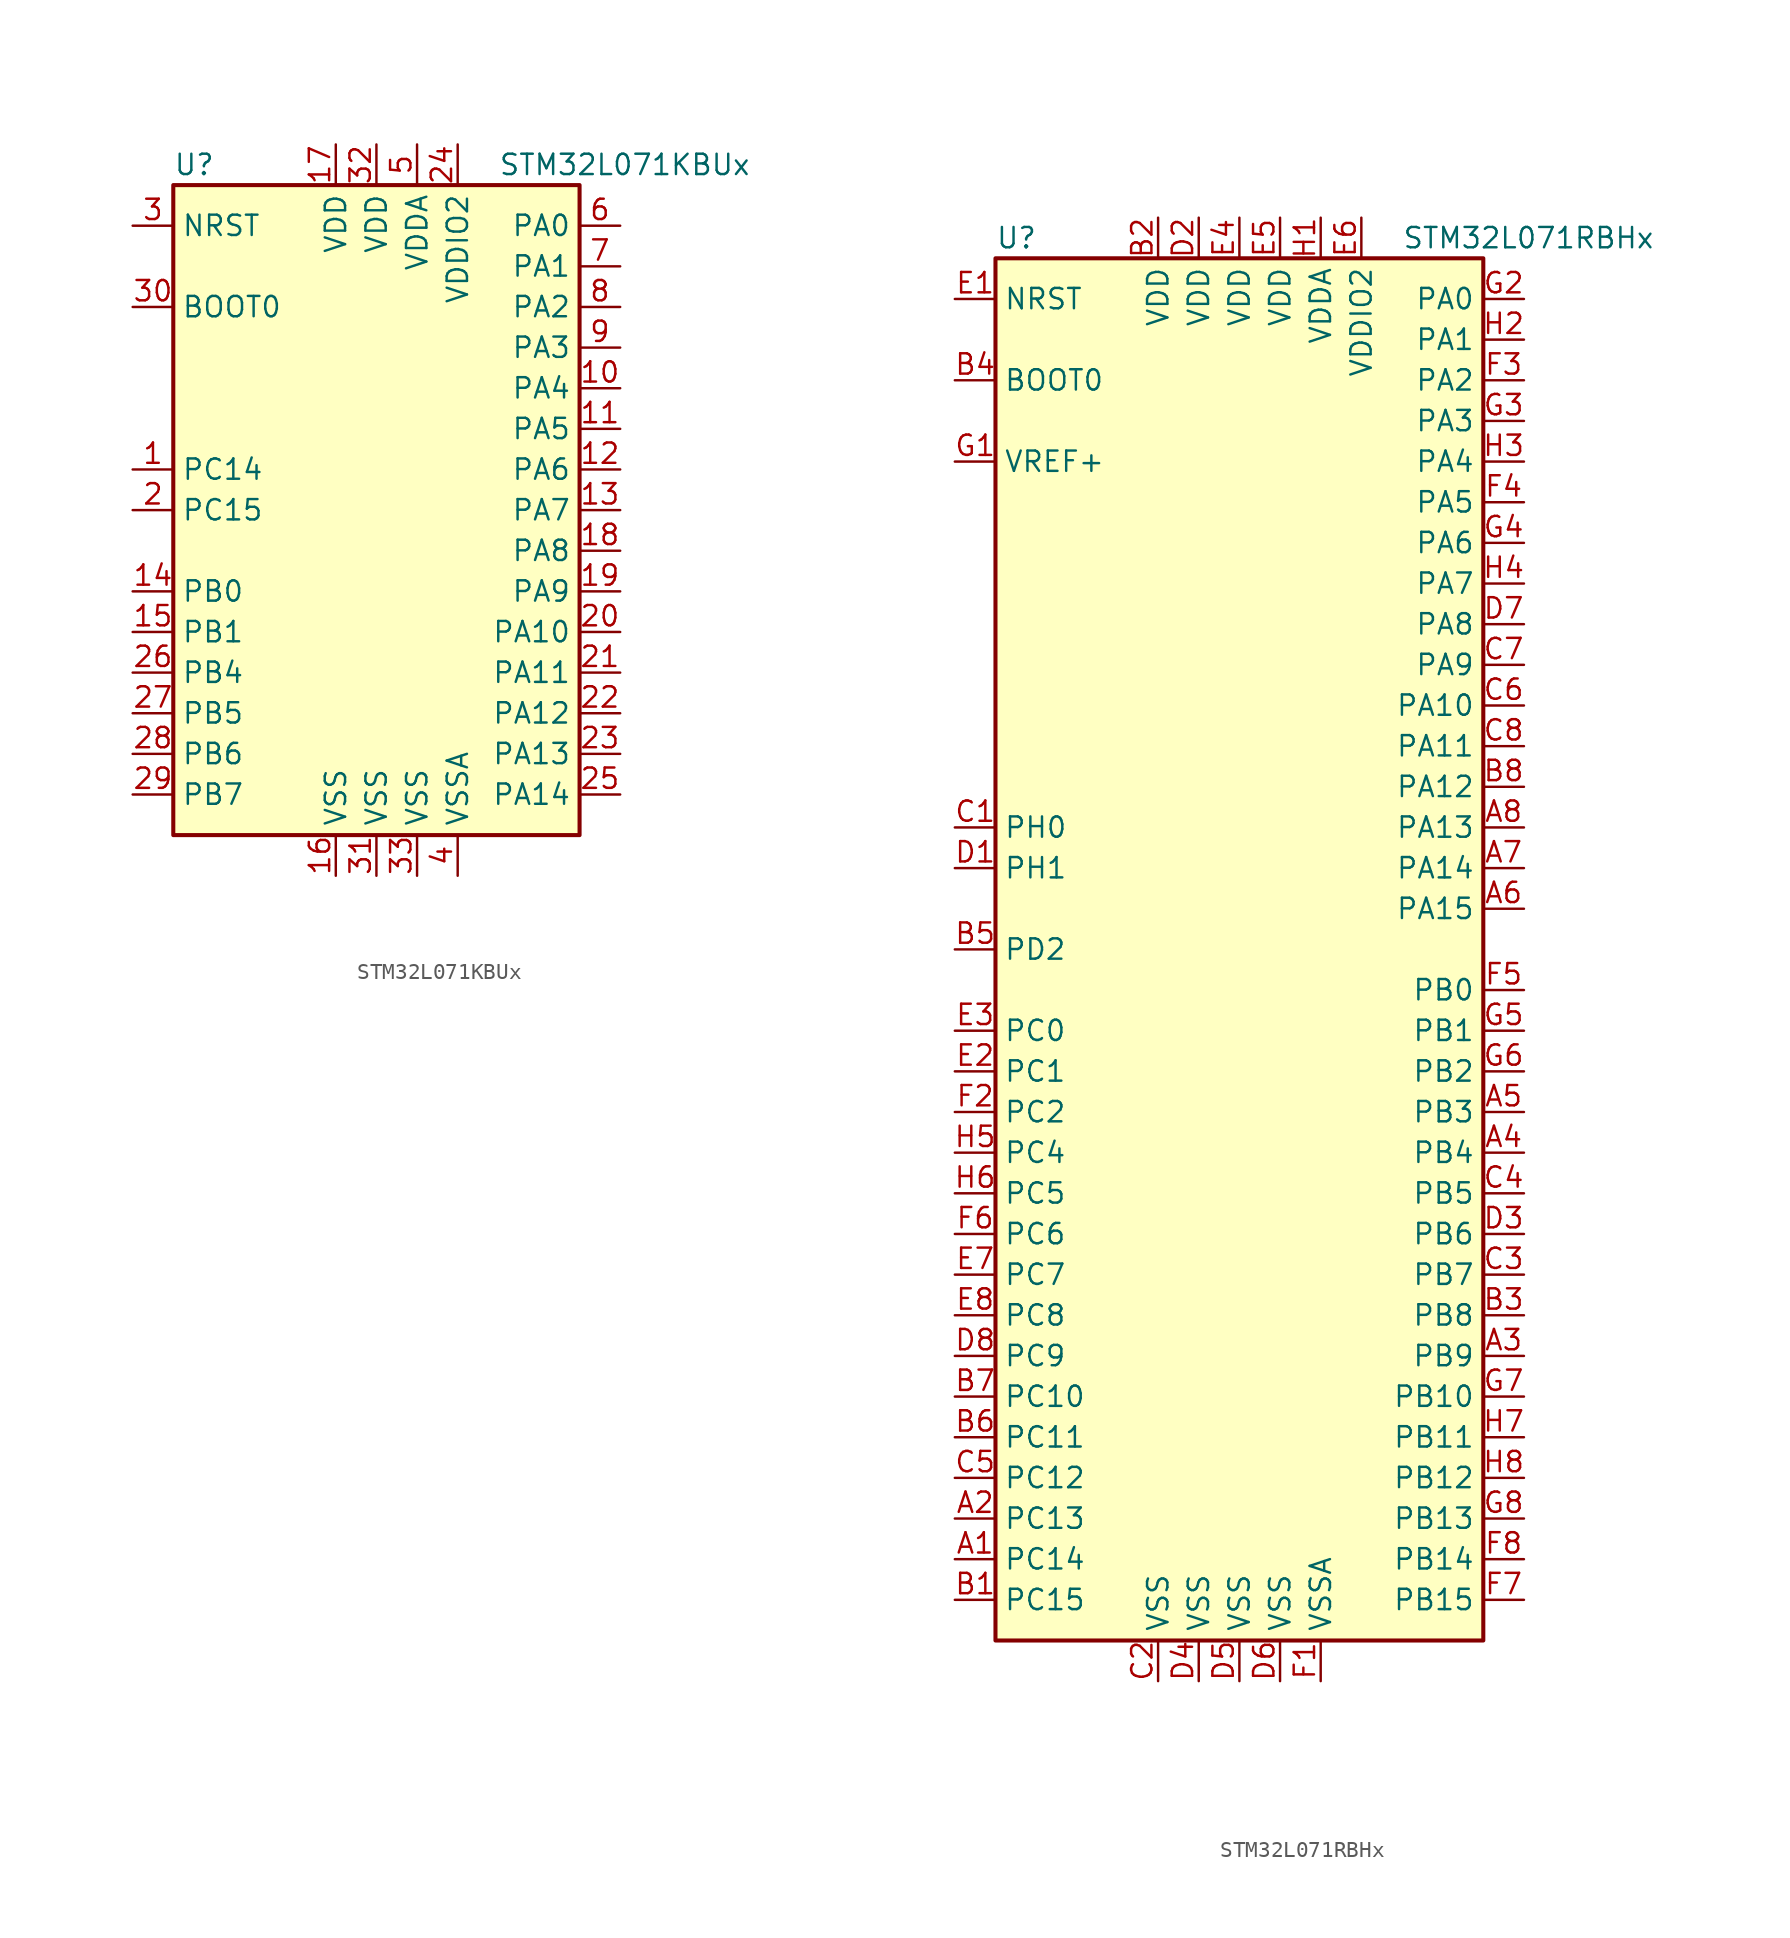
<source format=kicad_sym>
(kicad_symbol_lib
  (version 20201005)
  (generator kicad_symbol_editor)
  (symbol "STM32L071KBUx"
    (property "Reference" "U"
      (at -12.7 21.59 0)
      (effects (font (size 1.27 1.27)) (justify left)))
    (property "Value" "STM32L071KBUx"
      (at 7.62 21.59 0)
      (effects (font (size 1.27 1.27)) (justify left)))
    (symbol "STM32L071KBUx_0_1"
      (rectangle (start -12.7 -20.32) (end 12.7 20.32) (stroke (width 0.254)) (fill (type background))))
    (symbol "STM32L071KBUx_1_1"
      (pin input line (at -15.24 12.7 0) (length 2.54) (name "BOOT0" (effects (font (size 1.27 1.27)))) (number "30" (effects (font (size 1.27 1.27)))))
      (pin input line (at -15.24 17.78 0) (length 2.54) (name "NRST" (effects (font (size 1.27 1.27)))) (number "3" (effects (font (size 1.27 1.27)))))
      (pin bidirectional line (at 15.24 17.78 180) (length 2.54) (name "PA0" (effects (font (size 1.27 1.27)))) (number "6" (effects (font (size 1.27 1.27)))))
      (pin bidirectional line (at 15.24 15.24 180) (length 2.54) (name "PA1" (effects (font (size 1.27 1.27)))) (number "7" (effects (font (size 1.27 1.27)))))
      (pin bidirectional line (at 15.24 -7.62 180) (length 2.54) (name "PA10" (effects (font (size 1.27 1.27)))) (number "20" (effects (font (size 1.27 1.27)))))
      (pin bidirectional line (at 15.24 -10.16 180) (length 2.54) (name "PA11" (effects (font (size 1.27 1.27)))) (number "21" (effects (font (size 1.27 1.27)))))
      (pin bidirectional line (at 15.24 -12.7 180) (length 2.54) (name "PA12" (effects (font (size 1.27 1.27)))) (number "22" (effects (font (size 1.27 1.27)))))
      (pin bidirectional line (at 15.24 -15.24 180) (length 2.54) (name "PA13" (effects (font (size 1.27 1.27)))) (number "23" (effects (font (size 1.27 1.27)))))
      (pin bidirectional line (at 15.24 -17.78 180) (length 2.54) (name "PA14" (effects (font (size 1.27 1.27)))) (number "25" (effects (font (size 1.27 1.27)))))
      (pin bidirectional line (at 15.24 12.7 180) (length 2.54) (name "PA2" (effects (font (size 1.27 1.27)))) (number "8" (effects (font (size 1.27 1.27)))))
      (pin bidirectional line (at 15.24 10.16 180) (length 2.54) (name "PA3" (effects (font (size 1.27 1.27)))) (number "9" (effects (font (size 1.27 1.27)))))
      (pin bidirectional line (at 15.24 7.62 180) (length 2.54) (name "PA4" (effects (font (size 1.27 1.27)))) (number "10" (effects (font (size 1.27 1.27)))))
      (pin bidirectional line (at 15.24 5.08 180) (length 2.54) (name "PA5" (effects (font (size 1.27 1.27)))) (number "11" (effects (font (size 1.27 1.27)))))
      (pin bidirectional line (at 15.24 2.54 180) (length 2.54) (name "PA6" (effects (font (size 1.27 1.27)))) (number "12" (effects (font (size 1.27 1.27)))))
      (pin bidirectional line (at 15.24 0 180) (length 2.54) (name "PA7" (effects (font (size 1.27 1.27)))) (number "13" (effects (font (size 1.27 1.27)))))
      (pin bidirectional line (at 15.24 -2.54 180) (length 2.54) (name "PA8" (effects (font (size 1.27 1.27)))) (number "18" (effects (font (size 1.27 1.27)))))
      (pin bidirectional line (at 15.24 -5.08 180) (length 2.54) (name "PA9" (effects (font (size 1.27 1.27)))) (number "19" (effects (font (size 1.27 1.27)))))
      (pin bidirectional line (at -15.24 -5.08 0) (length 2.54) (name "PB0" (effects (font (size 1.27 1.27)))) (number "14" (effects (font (size 1.27 1.27)))))
      (pin bidirectional line (at -15.24 -7.62 0) (length 2.54) (name "PB1" (effects (font (size 1.27 1.27)))) (number "15" (effects (font (size 1.27 1.27)))))
      (pin bidirectional line (at -15.24 -10.16 0) (length 2.54) (name "PB4" (effects (font (size 1.27 1.27)))) (number "26" (effects (font (size 1.27 1.27)))))
      (pin bidirectional line (at -15.24 -12.7 0) (length 2.54) (name "PB5" (effects (font (size 1.27 1.27)))) (number "27" (effects (font (size 1.27 1.27)))))
      (pin bidirectional line (at -15.24 -15.24 0) (length 2.54) (name "PB6" (effects (font (size 1.27 1.27)))) (number "28" (effects (font (size 1.27 1.27)))))
      (pin bidirectional line (at -15.24 -17.78 0) (length 2.54) (name "PB7" (effects (font (size 1.27 1.27)))) (number "29" (effects (font (size 1.27 1.27)))))
      (pin bidirectional line (at -15.24 2.54 0) (length 2.54) (name "PC14" (effects (font (size 1.27 1.27)))) (number "1" (effects (font (size 1.27 1.27)))))
      (pin bidirectional line (at -15.24 0 0) (length 2.54) (name "PC15" (effects (font (size 1.27 1.27)))) (number "2" (effects (font (size 1.27 1.27)))))
      (pin power_in line (at -2.54 22.86 270) (length 2.54) (name "VDD" (effects (font (size 1.27 1.27)))) (number "17" (effects (font (size 1.27 1.27)))))
      (pin power_in line (at 0 22.86 270) (length 2.54) (name "VDD" (effects (font (size 1.27 1.27)))) (number "32" (effects (font (size 1.27 1.27)))))
      (pin power_in line (at 2.54 22.86 270) (length 2.54) (name "VDDA" (effects (font (size 1.27 1.27)))) (number "5" (effects (font (size 1.27 1.27)))))
      (pin power_in line (at 5.08 22.86 270) (length 2.54) (name "VDDIO2" (effects (font (size 1.27 1.27)))) (number "24" (effects (font (size 1.27 1.27)))))
      (pin power_in line (at -2.54 -22.86 90) (length 2.54) (name "VSS" (effects (font (size 1.27 1.27)))) (number "16" (effects (font (size 1.27 1.27)))))
      (pin power_in line (at 0 -22.86 90) (length 2.54) (name "VSS" (effects (font (size 1.27 1.27)))) (number "31" (effects (font (size 1.27 1.27)))))
      (pin power_in line (at 2.54 -22.86 90) (length 2.54) (name "VSS" (effects (font (size 1.27 1.27)))) (number "33" (effects (font (size 1.27 1.27)))))
      (pin power_in line (at 5.08 -22.86 90) (length 2.54) (name "VSSA" (effects (font (size 1.27 1.27)))) (number "4" (effects (font (size 1.27 1.27)))))))
  (symbol "STM32L071RBHx"
    (property "Reference" "U"
      (at -15.24 44.45 0)
      (effects (font (size 1.27 1.27)) (justify left)))
    (property "Value" "STM32L071RBHx"
      (at 10.16 44.45 0)
      (effects (font (size 1.27 1.27)) (justify left)))
    (symbol "STM32L071RBHx_0_1"
      (rectangle (start -15.24 -43.18) (end 15.24 43.18) (stroke (width 0.254)) (fill (type background))))
    (symbol "STM32L071RBHx_1_1"
      (pin input line (at -17.78 35.56 0) (length 2.54) (name "BOOT0" (effects (font (size 1.27 1.27)))) (number "B4" (effects (font (size 1.27 1.27)))))
      (pin input line (at -17.78 40.64 0) (length 2.54) (name "NRST" (effects (font (size 1.27 1.27)))) (number "E1" (effects (font (size 1.27 1.27)))))
      (pin bidirectional line (at 17.78 40.64 180) (length 2.54) (name "PA0" (effects (font (size 1.27 1.27)))) (number "G2" (effects (font (size 1.27 1.27)))))
      (pin bidirectional line (at 17.78 38.1 180) (length 2.54) (name "PA1" (effects (font (size 1.27 1.27)))) (number "H2" (effects (font (size 1.27 1.27)))))
      (pin bidirectional line (at 17.78 15.24 180) (length 2.54) (name "PA10" (effects (font (size 1.27 1.27)))) (number "C6" (effects (font (size 1.27 1.27)))))
      (pin bidirectional line (at 17.78 12.7 180) (length 2.54) (name "PA11" (effects (font (size 1.27 1.27)))) (number "C8" (effects (font (size 1.27 1.27)))))
      (pin bidirectional line (at 17.78 10.16 180) (length 2.54) (name "PA12" (effects (font (size 1.27 1.27)))) (number "B8" (effects (font (size 1.27 1.27)))))
      (pin bidirectional line (at 17.78 7.62 180) (length 2.54) (name "PA13" (effects (font (size 1.27 1.27)))) (number "A8" (effects (font (size 1.27 1.27)))))
      (pin bidirectional line (at 17.78 5.08 180) (length 2.54) (name "PA14" (effects (font (size 1.27 1.27)))) (number "A7" (effects (font (size 1.27 1.27)))))
      (pin bidirectional line (at 17.78 2.54 180) (length 2.54) (name "PA15" (effects (font (size 1.27 1.27)))) (number "A6" (effects (font (size 1.27 1.27)))))
      (pin bidirectional line (at 17.78 35.56 180) (length 2.54) (name "PA2" (effects (font (size 1.27 1.27)))) (number "F3" (effects (font (size 1.27 1.27)))))
      (pin bidirectional line (at 17.78 33.02 180) (length 2.54) (name "PA3" (effects (font (size 1.27 1.27)))) (number "G3" (effects (font (size 1.27 1.27)))))
      (pin bidirectional line (at 17.78 30.48 180) (length 2.54) (name "PA4" (effects (font (size 1.27 1.27)))) (number "H3" (effects (font (size 1.27 1.27)))))
      (pin bidirectional line (at 17.78 27.94 180) (length 2.54) (name "PA5" (effects (font (size 1.27 1.27)))) (number "F4" (effects (font (size 1.27 1.27)))))
      (pin bidirectional line (at 17.78 25.4 180) (length 2.54) (name "PA6" (effects (font (size 1.27 1.27)))) (number "G4" (effects (font (size 1.27 1.27)))))
      (pin bidirectional line (at 17.78 22.86 180) (length 2.54) (name "PA7" (effects (font (size 1.27 1.27)))) (number "H4" (effects (font (size 1.27 1.27)))))
      (pin bidirectional line (at 17.78 20.32 180) (length 2.54) (name "PA8" (effects (font (size 1.27 1.27)))) (number "D7" (effects (font (size 1.27 1.27)))))
      (pin bidirectional line (at 17.78 17.78 180) (length 2.54) (name "PA9" (effects (font (size 1.27 1.27)))) (number "C7" (effects (font (size 1.27 1.27)))))
      (pin bidirectional line (at 17.78 -2.54 180) (length 2.54) (name "PB0" (effects (font (size 1.27 1.27)))) (number "F5" (effects (font (size 1.27 1.27)))))
      (pin bidirectional line (at 17.78 -5.08 180) (length 2.54) (name "PB1" (effects (font (size 1.27 1.27)))) (number "G5" (effects (font (size 1.27 1.27)))))
      (pin bidirectional line (at 17.78 -27.94 180) (length 2.54) (name "PB10" (effects (font (size 1.27 1.27)))) (number "G7" (effects (font (size 1.27 1.27)))))
      (pin bidirectional line (at 17.78 -30.48 180) (length 2.54) (name "PB11" (effects (font (size 1.27 1.27)))) (number "H7" (effects (font (size 1.27 1.27)))))
      (pin bidirectional line (at 17.78 -33.02 180) (length 2.54) (name "PB12" (effects (font (size 1.27 1.27)))) (number "H8" (effects (font (size 1.27 1.27)))))
      (pin bidirectional line (at 17.78 -35.56 180) (length 2.54) (name "PB13" (effects (font (size 1.27 1.27)))) (number "G8" (effects (font (size 1.27 1.27)))))
      (pin bidirectional line (at 17.78 -38.1 180) (length 2.54) (name "PB14" (effects (font (size 1.27 1.27)))) (number "F8" (effects (font (size 1.27 1.27)))))
      (pin bidirectional line (at 17.78 -40.64 180) (length 2.54) (name "PB15" (effects (font (size 1.27 1.27)))) (number "F7" (effects (font (size 1.27 1.27)))))
      (pin bidirectional line (at 17.78 -7.62 180) (length 2.54) (name "PB2" (effects (font (size 1.27 1.27)))) (number "G6" (effects (font (size 1.27 1.27)))))
      (pin bidirectional line (at 17.78 -10.16 180) (length 2.54) (name "PB3" (effects (font (size 1.27 1.27)))) (number "A5" (effects (font (size 1.27 1.27)))))
      (pin bidirectional line (at 17.78 -12.7 180) (length 2.54) (name "PB4" (effects (font (size 1.27 1.27)))) (number "A4" (effects (font (size 1.27 1.27)))))
      (pin bidirectional line (at 17.78 -15.24 180) (length 2.54) (name "PB5" (effects (font (size 1.27 1.27)))) (number "C4" (effects (font (size 1.27 1.27)))))
      (pin bidirectional line (at 17.78 -17.78 180) (length 2.54) (name "PB6" (effects (font (size 1.27 1.27)))) (number "D3" (effects (font (size 1.27 1.27)))))
      (pin bidirectional line (at 17.78 -20.32 180) (length 2.54) (name "PB7" (effects (font (size 1.27 1.27)))) (number "C3" (effects (font (size 1.27 1.27)))))
      (pin bidirectional line (at 17.78 -22.86 180) (length 2.54) (name "PB8" (effects (font (size 1.27 1.27)))) (number "B3" (effects (font (size 1.27 1.27)))))
      (pin bidirectional line (at 17.78 -25.4 180) (length 2.54) (name "PB9" (effects (font (size 1.27 1.27)))) (number "A3" (effects (font (size 1.27 1.27)))))
      (pin bidirectional line (at -17.78 -5.08 0) (length 2.54) (name "PC0" (effects (font (size 1.27 1.27)))) (number "E3" (effects (font (size 1.27 1.27)))))
      (pin bidirectional line (at -17.78 -7.62 0) (length 2.54) (name "PC1" (effects (font (size 1.27 1.27)))) (number "E2" (effects (font (size 1.27 1.27)))))
      (pin bidirectional line (at -17.78 -27.94 0) (length 2.54) (name "PC10" (effects (font (size 1.27 1.27)))) (number "B7" (effects (font (size 1.27 1.27)))))
      (pin bidirectional line (at -17.78 -30.48 0) (length 2.54) (name "PC11" (effects (font (size 1.27 1.27)))) (number "B6" (effects (font (size 1.27 1.27)))))
      (pin bidirectional line (at -17.78 -33.02 0) (length 2.54) (name "PC12" (effects (font (size 1.27 1.27)))) (number "C5" (effects (font (size 1.27 1.27)))))
      (pin bidirectional line (at -17.78 -35.56 0) (length 2.54) (name "PC13" (effects (font (size 1.27 1.27)))) (number "A2" (effects (font (size 1.27 1.27)))))
      (pin bidirectional line (at -17.78 -38.1 0) (length 2.54) (name "PC14" (effects (font (size 1.27 1.27)))) (number "A1" (effects (font (size 1.27 1.27)))))
      (pin bidirectional line (at -17.78 -40.64 0) (length 2.54) (name "PC15" (effects (font (size 1.27 1.27)))) (number "B1" (effects (font (size 1.27 1.27)))))
      (pin bidirectional line (at -17.78 -10.16 0) (length 2.54) (name "PC2" (effects (font (size 1.27 1.27)))) (number "F2" (effects (font (size 1.27 1.27)))))
      (pin bidirectional line (at -17.78 -12.7 0) (length 2.54) (name "PC4" (effects (font (size 1.27 1.27)))) (number "H5" (effects (font (size 1.27 1.27)))))
      (pin bidirectional line (at -17.78 -15.24 0) (length 2.54) (name "PC5" (effects (font (size 1.27 1.27)))) (number "H6" (effects (font (size 1.27 1.27)))))
      (pin bidirectional line (at -17.78 -17.78 0) (length 2.54) (name "PC6" (effects (font (size 1.27 1.27)))) (number "F6" (effects (font (size 1.27 1.27)))))
      (pin bidirectional line (at -17.78 -20.32 0) (length 2.54) (name "PC7" (effects (font (size 1.27 1.27)))) (number "E7" (effects (font (size 1.27 1.27)))))
      (pin bidirectional line (at -17.78 -22.86 0) (length 2.54) (name "PC8" (effects (font (size 1.27 1.27)))) (number "E8" (effects (font (size 1.27 1.27)))))
      (pin bidirectional line (at -17.78 -25.4 0) (length 2.54) (name "PC9" (effects (font (size 1.27 1.27)))) (number "D8" (effects (font (size 1.27 1.27)))))
      (pin bidirectional line (at -17.78 0 0) (length 2.54) (name "PD2" (effects (font (size 1.27 1.27)))) (number "B5" (effects (font (size 1.27 1.27)))))
      (pin input line (at -17.78 7.62 0) (length 2.54) (name "PH0" (effects (font (size 1.27 1.27)))) (number "C1" (effects (font (size 1.27 1.27)))))
      (pin input line (at -17.78 5.08 0) (length 2.54) (name "PH1" (effects (font (size 1.27 1.27)))) (number "D1" (effects (font (size 1.27 1.27)))))
      (pin power_in line (at -5.08 45.72 270) (length 2.54) (name "VDD" (effects (font (size 1.27 1.27)))) (number "B2" (effects (font (size 1.27 1.27)))))
      (pin power_in line (at -2.54 45.72 270) (length 2.54) (name "VDD" (effects (font (size 1.27 1.27)))) (number "D2" (effects (font (size 1.27 1.27)))))
      (pin power_in line (at 0 45.72 270) (length 2.54) (name "VDD" (effects (font (size 1.27 1.27)))) (number "E4" (effects (font (size 1.27 1.27)))))
      (pin power_in line (at 2.54 45.72 270) (length 2.54) (name "VDD" (effects (font (size 1.27 1.27)))) (number "E5" (effects (font (size 1.27 1.27)))))
      (pin power_in line (at 5.08 45.72 270) (length 2.54) (name "VDDA" (effects (font (size 1.27 1.27)))) (number "H1" (effects (font (size 1.27 1.27)))))
      (pin power_in line (at 7.62 45.72 270) (length 2.54) (name "VDDIO2" (effects (font (size 1.27 1.27)))) (number "E6" (effects (font (size 1.27 1.27)))))
      (pin power_in line (at -17.78 30.48 0) (length 2.54) (name "VREF+" (effects (font (size 1.27 1.27)))) (number "G1" (effects (font (size 1.27 1.27)))))
      (pin power_in line (at -5.08 -45.72 90) (length 2.54) (name "VSS" (effects (font (size 1.27 1.27)))) (number "C2" (effects (font (size 1.27 1.27)))))
      (pin power_in line (at -2.54 -45.72 90) (length 2.54) (name "VSS" (effects (font (size 1.27 1.27)))) (number "D4" (effects (font (size 1.27 1.27)))))
      (pin power_in line (at 0 -45.72 90) (length 2.54) (name "VSS" (effects (font (size 1.27 1.27)))) (number "D5" (effects (font (size 1.27 1.27)))))
      (pin power_in line (at 2.54 -45.72 90) (length 2.54) (name "VSS" (effects (font (size 1.27 1.27)))) (number "D6" (effects (font (size 1.27 1.27)))))
      (pin power_in line (at 5.08 -45.72 90) (length 2.54) (name "VSSA" (effects (font (size 1.27 1.27)))) (number "F1" (effects (font (size 1.27 1.27))))))))
</source>
